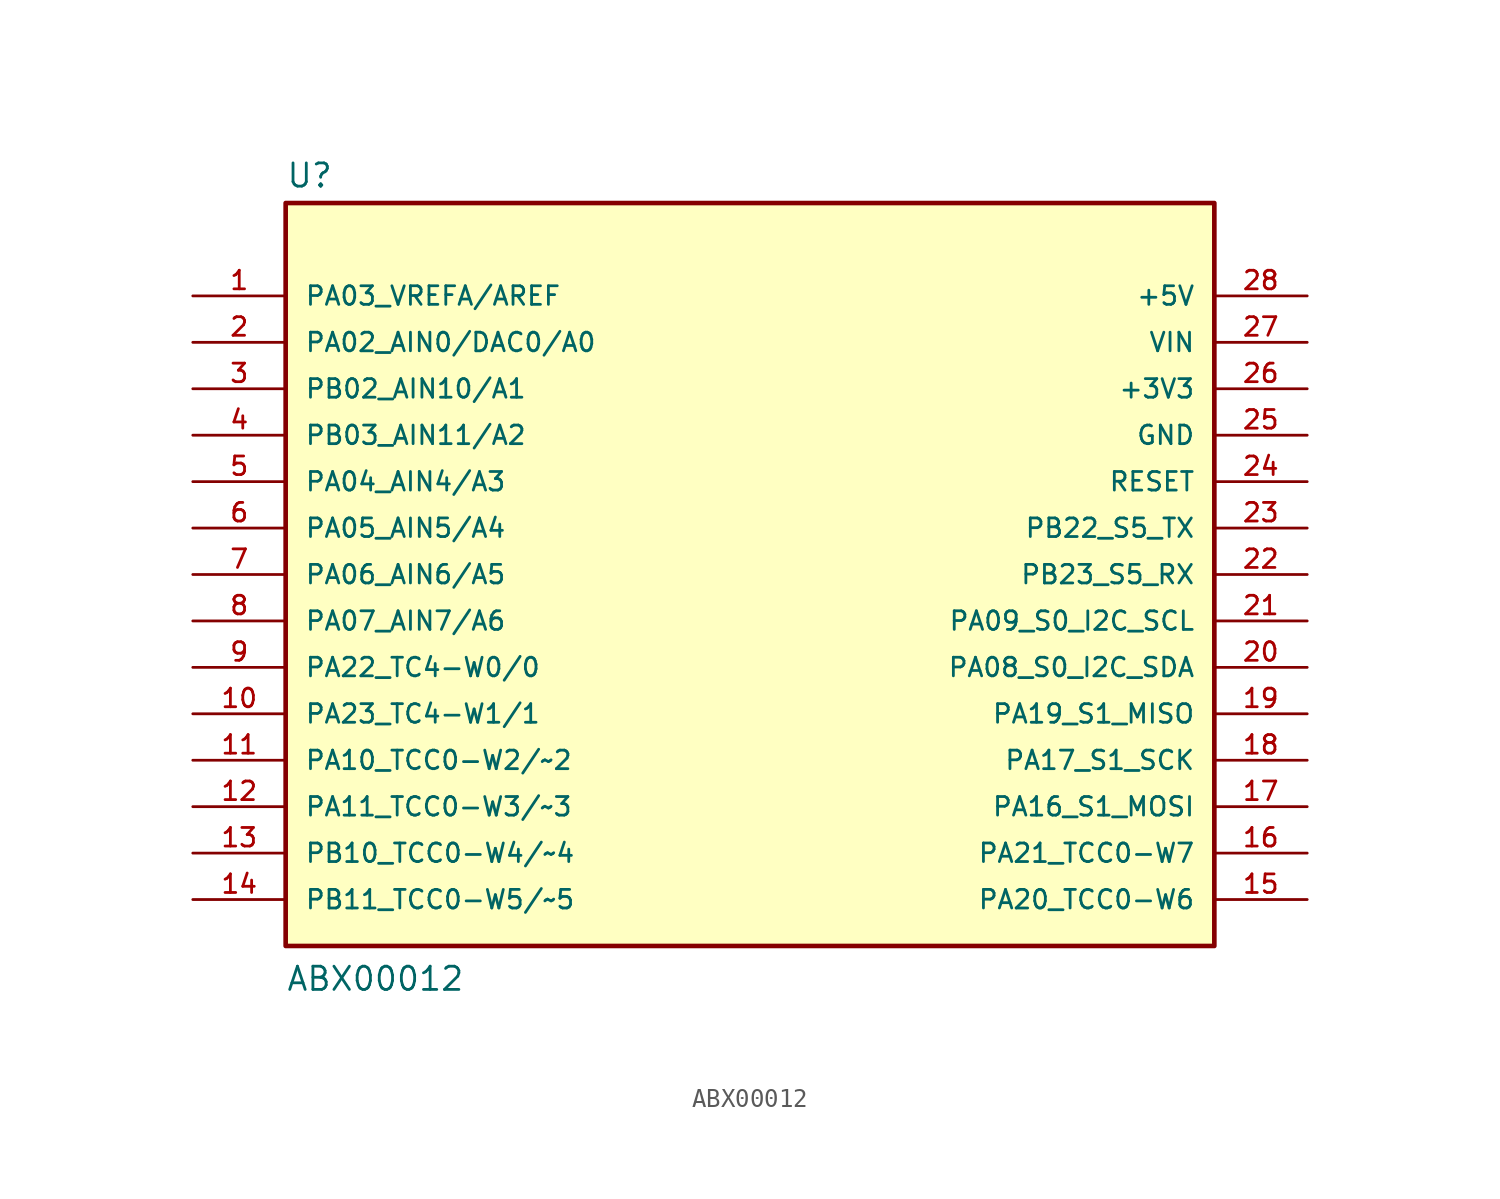
<source format=kicad_sym>
(kicad_symbol_lib
  (version 20211014)
  (generator kicad_symbol_editor)
  (symbol "ABX00012"
    (pin_names
      (offset 1.016))
    (property "Reference" "U"
      (at -25.4 21.082 0)
      (effects (font (size 1.27 1.27)) (justify bottom left)))
    (property "Value" "ABX00012"
      (at -25.4 -22.86 0)
      (effects (font (size 1.27 1.27)) (justify bottom left)))
    (symbol "ABX00012_0_0"
      (rectangle (start -25.4 -20.32) (end 25.4 20.32) (stroke (width 0.254)) (fill (type background)))
      (pin bidirectional line (at -30.48 15.24 0) (length 5.08) (name "PA03_VREFA/AREF" (effects (font (size 1.016 1.016)))) (number "1" (effects (font (size 1.016 1.016)))))
      (pin bidirectional line (at -30.48 12.7 0) (length 5.08) (name "PA02_AIN0/DAC0/A0" (effects (font (size 1.016 1.016)))) (number "2" (effects (font (size 1.016 1.016)))))
      (pin bidirectional line (at -30.48 10.16 0) (length 5.08) (name "PB02_AIN10/A1" (effects (font (size 1.016 1.016)))) (number "3" (effects (font (size 1.016 1.016)))))
      (pin bidirectional line (at -30.48 7.62 0) (length 5.08) (name "PB03_AIN11/A2" (effects (font (size 1.016 1.016)))) (number "4" (effects (font (size 1.016 1.016)))))
      (pin bidirectional line (at -30.48 5.08 0) (length 5.08) (name "PA04_AIN4/A3" (effects (font (size 1.016 1.016)))) (number "5" (effects (font (size 1.016 1.016)))))
      (pin bidirectional line (at -30.48 2.54 0) (length 5.08) (name "PA05_AIN5/A4" (effects (font (size 1.016 1.016)))) (number "6" (effects (font (size 1.016 1.016)))))
      (pin bidirectional line (at -30.48 0.0 0) (length 5.08) (name "PA06_AIN6/A5" (effects (font (size 1.016 1.016)))) (number "7" (effects (font (size 1.016 1.016)))))
      (pin bidirectional line (at -30.48 -2.54 0) (length 5.08) (name "PA07_AIN7/A6" (effects (font (size 1.016 1.016)))) (number "8" (effects (font (size 1.016 1.016)))))
      (pin bidirectional line (at -30.48 -5.08 0) (length 5.08) (name "PA22_TC4-W0/0" (effects (font (size 1.016 1.016)))) (number "9" (effects (font (size 1.016 1.016)))))
      (pin bidirectional line (at -30.48 -7.62 0) (length 5.08) (name "PA23_TC4-W1/1" (effects (font (size 1.016 1.016)))) (number "10" (effects (font (size 1.016 1.016)))))
      (pin bidirectional line (at -30.48 -10.16 0) (length 5.08) (name "PA10_TCC0-W2/~2" (effects (font (size 1.016 1.016)))) (number "11" (effects (font (size 1.016 1.016)))))
      (pin bidirectional line (at -30.48 -12.7 0) (length 5.08) (name "PA11_TCC0-W3/~3" (effects (font (size 1.016 1.016)))) (number "12" (effects (font (size 1.016 1.016)))))
      (pin bidirectional line (at -30.48 -15.24 0) (length 5.08) (name "PB10_TCC0-W4/~4" (effects (font (size 1.016 1.016)))) (number "13" (effects (font (size 1.016 1.016)))))
      (pin bidirectional line (at -30.48 -17.78 0) (length 5.08) (name "PB11_TCC0-W5/~5" (effects (font (size 1.016 1.016)))) (number "14" (effects (font (size 1.016 1.016)))))
      (pin bidirectional line (at 30.48 -17.78 180.0) (length 5.08) (name "PA20_TCC0-W6" (effects (font (size 1.016 1.016)))) (number "15" (effects (font (size 1.016 1.016)))))
      (pin bidirectional line (at 30.48 -15.24 180.0) (length 5.08) (name "PA21_TCC0-W7" (effects (font (size 1.016 1.016)))) (number "16" (effects (font (size 1.016 1.016)))))
      (pin bidirectional line (at 30.48 -12.7 180.0) (length 5.08) (name "PA16_S1_MOSI" (effects (font (size 1.016 1.016)))) (number "17" (effects (font (size 1.016 1.016)))))
      (pin bidirectional line (at 30.48 -10.16 180.0) (length 5.08) (name "PA17_S1_SCK" (effects (font (size 1.016 1.016)))) (number "18" (effects (font (size 1.016 1.016)))))
      (pin bidirectional line (at 30.48 -7.62 180.0) (length 5.08) (name "PA19_S1_MISO" (effects (font (size 1.016 1.016)))) (number "19" (effects (font (size 1.016 1.016)))))
      (pin bidirectional line (at 30.48 -5.08 180.0) (length 5.08) (name "PA08_S0_I2C_SDA" (effects (font (size 1.016 1.016)))) (number "20" (effects (font (size 1.016 1.016)))))
      (pin bidirectional line (at 30.48 -2.54 180.0) (length 5.08) (name "PA09_S0_I2C_SCL" (effects (font (size 1.016 1.016)))) (number "21" (effects (font (size 1.016 1.016)))))
      (pin bidirectional line (at 30.48 0.0 180.0) (length 5.08) (name "PB23_S5_RX" (effects (font (size 1.016 1.016)))) (number "22" (effects (font (size 1.016 1.016)))))
      (pin bidirectional line (at 30.48 2.54 180.0) (length 5.08) (name "PB22_S5_TX" (effects (font (size 1.016 1.016)))) (number "23" (effects (font (size 1.016 1.016)))))
      (pin input line (at 30.48 5.08 180.0) (length 5.08) (name "RESET" (effects (font (size 1.016 1.016)))) (number "24" (effects (font (size 1.016 1.016)))))
      (pin power_in line (at 30.48 7.62 180.0) (length 5.08) (name "GND" (effects (font (size 1.016 1.016)))) (number "25" (effects (font (size 1.016 1.016)))))
      (pin power_in line (at 30.48 10.16 180.0) (length 5.08) (name "+3V3" (effects (font (size 1.016 1.016)))) (number "26" (effects (font (size 1.016 1.016)))))
      (pin power_in line (at 30.48 12.7 180.0) (length 5.08) (name "VIN" (effects (font (size 1.016 1.016)))) (number "27" (effects (font (size 1.016 1.016)))))
      (pin power_in line (at 30.48 15.24 180.0) (length 5.08) (name "+5V" (effects (font (size 1.016 1.016)))) (number "28" (effects (font (size 1.016 1.016))))))))
</source>
